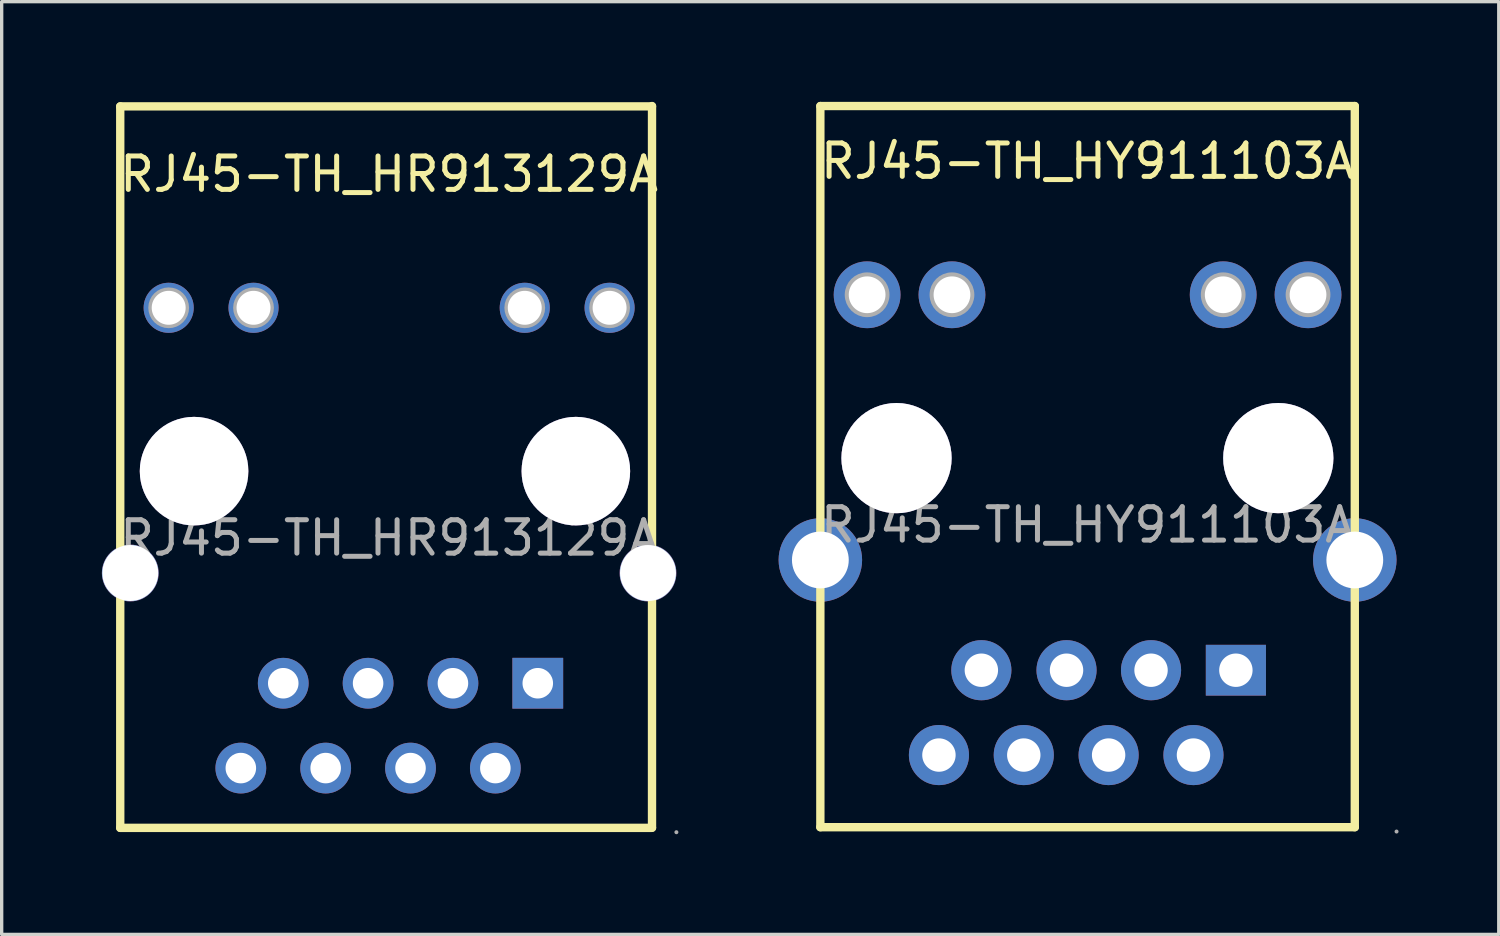
<source format=kicad_pcb>
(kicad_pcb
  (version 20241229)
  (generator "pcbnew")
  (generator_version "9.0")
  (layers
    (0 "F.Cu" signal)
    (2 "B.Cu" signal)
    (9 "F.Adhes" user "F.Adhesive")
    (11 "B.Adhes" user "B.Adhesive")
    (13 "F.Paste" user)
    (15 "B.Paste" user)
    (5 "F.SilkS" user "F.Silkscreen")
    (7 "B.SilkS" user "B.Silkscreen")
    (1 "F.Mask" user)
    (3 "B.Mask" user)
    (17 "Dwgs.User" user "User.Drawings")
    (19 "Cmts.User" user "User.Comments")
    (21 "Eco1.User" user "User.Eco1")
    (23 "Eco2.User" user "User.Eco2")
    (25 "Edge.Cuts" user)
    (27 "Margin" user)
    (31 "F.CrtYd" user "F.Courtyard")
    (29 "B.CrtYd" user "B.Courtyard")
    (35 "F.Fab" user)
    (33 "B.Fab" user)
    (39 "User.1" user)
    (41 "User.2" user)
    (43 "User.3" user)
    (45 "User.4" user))
  (footprint "RJ45-TH_HR913129A"
    (layer "F.Cu")
    (at 8.6 13.055)
    (property "Reference" "RJ45-TH_HR913129A" (at 0 -10.89 0) (layer "F.SilkS") (effects (font (size 1 1) (thickness 0.15))))
    (attr through_hole)
    (fp_line (start -8.05 -12.92) (end -8.05 8.68) (stroke (width 0.25) (type solid)) (layer "F.SilkS"))
    (fp_line (start -8.05 -12.92) (end 7.87 -12.92) (stroke (width 0.25) (type solid)) (layer "F.SilkS"))
    (fp_line (start -8.05 8.68) (end 7.87 8.68) (stroke (width 0.25) (type solid)) (layer "F.SilkS"))
    (fp_line (start 7.87 -12.93) (end 7.87 8.67) (stroke (width 0.25) (type solid)) (layer "F.SilkS"))
    (fp_circle (center -7.75 1.05) (end -7.38 1.05) (stroke (width 0.74) (type solid)) (fill no) (layer "F.Fab"))
    (fp_circle (center -6.6 -6.89) (end -6.4 -6.89) (stroke (width 0.41) (type solid)) (fill no) (layer "F.Fab"))
    (fp_circle (center -5.84 -2) (end -5.08 -2) (stroke (width 1.52) (type solid)) (fill no) (layer "F.Fab"))
    (fp_circle (center -4.44 6.89) (end -4.26 6.89) (stroke (width 0.36) (type solid)) (fill no) (layer "F.Fab"))
    (fp_circle (center -4.06 -6.89) (end -3.86 -6.89) (stroke (width 0.41) (type solid)) (fill no) (layer "F.Fab"))
    (fp_circle (center -3.17 4.35) (end -2.99 4.35) (stroke (width 0.36) (type solid)) (fill no) (layer "F.Fab"))
    (fp_circle (center -1.9 6.89) (end -1.72 6.89) (stroke (width 0.36) (type solid)) (fill no) (layer "F.Fab"))
    (fp_circle (center -0.63 4.35) (end -0.45 4.35) (stroke (width 0.36) (type solid)) (fill no) (layer "F.Fab"))
    (fp_circle (center 0.64 6.89) (end 0.82 6.89) (stroke (width 0.36) (type solid)) (fill no) (layer "F.Fab"))
    (fp_circle (center 1.91 4.35) (end 2.09 4.35) (stroke (width 0.36) (type solid)) (fill no) (layer "F.Fab"))
    (fp_circle (center 3.18 6.89) (end 3.36 6.89) (stroke (width 0.36) (type solid)) (fill no) (layer "F.Fab"))
    (fp_circle (center 4.06 -6.89) (end 4.26 -6.89) (stroke (width 0.41) (type solid)) (fill no) (layer "F.Fab"))
    (fp_circle (center 4.45 4.35) (end 4.63 4.35) (stroke (width 0.36) (type solid)) (fill no) (layer "F.Fab"))
    (fp_circle (center 5.59 -2) (end 6.35 -2) (stroke (width 1.52) (type solid)) (fill no) (layer "F.Fab"))
    (fp_circle (center 6.6 -6.89) (end 6.8 -6.89) (stroke (width 0.41) (type solid)) (fill no) (layer "F.Fab"))
    (fp_circle (center 7.75 1.05) (end 8.12 1.05) (stroke (width 0.74) (type solid)) (fill no) (layer "F.Fab"))
    (fp_circle (center 8.6 8.81) (end 8.63 8.81) (stroke (width 0.06) (type solid)) (fill no) (layer "F.Fab"))
    (fp_text user "${REFERENCE}" (at 0 0 0) (layer "F.Fab") (effects (font (size 1 1) (thickness 0.15))))
    (pad "" thru_hole circle (at -5.84 -2) (size 3.25 3.25) (drill 3.25) (layers "*.Cu" "*.Mask"))
    (pad "" thru_hole circle (at 5.59 -2) (size 3.25 3.25) (drill 3.25) (layers "*.Cu" "*.Mask"))
    (pad "1" thru_hole rect (at 4.45 4.35 90) (size 1.52 1.52) (drill 0.914) (layers "*.Cu" "*.Paste" "*.Mask"))
    (pad "2" thru_hole circle (at 3.18 6.89 90) (size 1.52 1.52) (drill 0.914) (layers "*.Cu" "*.Paste" "*.Mask"))
    (pad "3" thru_hole circle (at 1.91 4.35 90) (size 1.52 1.52) (drill 0.914) (layers "*.Cu" "*.Paste" "*.Mask"))
    (pad "4" thru_hole circle (at 0.64 6.89 90) (size 1.52 1.52) (drill 0.914) (layers "*.Cu" "*.Paste" "*.Mask"))
    (pad "5" thru_hole circle (at -0.63 4.35 90) (size 1.52 1.52) (drill 0.914) (layers "*.Cu" "*.Paste" "*.Mask"))
    (pad "6" thru_hole circle (at -1.9 6.89 90) (size 1.52 1.52) (drill 0.914) (layers "*.Cu" "*.Paste" "*.Mask"))
    (pad "7" thru_hole circle (at -3.17 4.35 90) (size 1.52 1.52) (drill 0.914) (layers "*.Cu" "*.Paste" "*.Mask"))
    (pad "8" thru_hole circle (at -4.44 6.89 90) (size 1.52 1.52) (drill 0.914) (layers "*.Cu" "*.Paste" "*.Mask"))
    (pad "9" thru_hole circle (at 6.6 -6.89 90) (size 1.5 1.5) (drill 1.016) (layers "*.Cu" "*.Paste" "*.Mask"))
    (pad "10" thru_hole circle (at 4.06 -6.89 90) (size 1.5 1.5) (drill 1.016) (layers "*.Cu" "*.Paste" "*.Mask"))
    (pad "11" thru_hole circle (at -4.06 -6.89 90) (size 1.5 1.5) (drill 1.016) (layers "*.Cu" "*.Paste" "*.Mask"))
    (pad "12" thru_hole circle (at -6.6 -6.89 90) (size 1.5 1.5) (drill 1.016) (layers "*.Cu" "*.Paste" "*.Mask"))
    (pad "13" thru_hole circle (at 7.75 1.05 90) (size 1.7 1.7) (drill 1.676) (layers "*.Cu" "*.Paste" "*.Mask"))
    (pad "14" thru_hole circle (at -7.75 1.05 90) (size 1.7 1.7) (drill 1.676) (layers "*.Cu" "*.Paste" "*.Mask")))
  (footprint "RJ45-TH_HY911103A"
    (layer "F.Cu")
    (at 29.51 12.665)
    (property "Reference" "RJ45-TH_HY911103A" (at 0 -10.89 0) (layer "F.SilkS") (effects (font (size 1 1) (thickness 0.15))))
    (attr through_hole)
    (fp_line (start -8 -12.54) (end 8 -12.54) (stroke (width 0.25) (type solid)) (layer "F.SilkS"))
    (fp_line (start -8 9.05) (end -8 -12.54) (stroke (width 0.25) (type solid)) (layer "F.SilkS"))
    (fp_line (start 8 -12.54) (end 8 9.05) (stroke (width 0.25) (type solid)) (layer "F.SilkS"))
    (fp_line (start 8 9.05) (end -8 9.05) (stroke (width 0.25) (type solid)) (layer "F.SilkS"))
    (fp_circle (center -8 1.05) (end -7.62 1.05) (stroke (width 0.75) (type solid)) (fill no) (layer "F.Fab"))
    (fp_circle (center -6.6 -6.89) (end -6.38 -6.89) (stroke (width 0.45) (type solid)) (fill no) (layer "F.Fab"))
    (fp_circle (center -5.72 -2) (end -4.94 -2) (stroke (width 1.55) (type solid)) (fill no) (layer "F.Fab"))
    (fp_circle (center -4.45 6.89) (end -4.25 6.89) (stroke (width 0.4) (type solid)) (fill no) (layer "F.Fab"))
    (fp_circle (center -4.06 -6.89) (end -3.84 -6.89) (stroke (width 0.45) (type solid)) (fill no) (layer "F.Fab"))
    (fp_circle (center -3.18 4.35) (end -2.98 4.35) (stroke (width 0.4) (type solid)) (fill no) (layer "F.Fab"))
    (fp_circle (center -1.91 6.89) (end -1.71 6.89) (stroke (width 0.4) (type solid)) (fill no) (layer "F.Fab"))
    (fp_circle (center -0.63 4.35) (end -0.43 4.35) (stroke (width 0.4) (type solid)) (fill no) (layer "F.Fab"))
    (fp_circle (center 0.63 6.89) (end 0.83 6.89) (stroke (width 0.4) (type solid)) (fill no) (layer "F.Fab"))
    (fp_circle (center 1.9 4.35) (end 2.1 4.35) (stroke (width 0.4) (type solid)) (fill no) (layer "F.Fab"))
    (fp_circle (center 3.17 6.89) (end 3.37 6.89) (stroke (width 0.4) (type solid)) (fill no) (layer "F.Fab"))
    (fp_circle (center 4.06 -6.89) (end 4.28 -6.89) (stroke (width 0.45) (type solid)) (fill no) (layer "F.Fab"))
    (fp_circle (center 4.44 4.35) (end 4.64 4.35) (stroke (width 0.4) (type solid)) (fill no) (layer "F.Fab"))
    (fp_circle (center 5.71 -2) (end 6.49 -2) (stroke (width 1.55) (type solid)) (fill no) (layer "F.Fab"))
    (fp_circle (center 6.6 -6.89) (end 6.82 -6.89) (stroke (width 0.45) (type solid)) (fill no) (layer "F.Fab"))
    (fp_circle (center 8 1.05) (end 8.38 1.05) (stroke (width 0.75) (type solid)) (fill no) (layer "F.Fab"))
    (fp_circle (center 9.25 9.18) (end 9.28 9.18) (stroke (width 0.06) (type solid)) (fill no) (layer "F.Fab"))
    (fp_text user "${REFERENCE}" (at 0 0 0) (layer "F.Fab") (effects (font (size 1 1) (thickness 0.15))))
    (pad "" thru_hole circle (at -5.72 -2) (size 3.3 3.3) (drill 3.3) (layers "*.Cu" "*.Mask"))
    (pad "" thru_hole circle (at 5.71 -2) (size 3.3 3.3) (drill 3.3) (layers "*.Cu" "*.Mask"))
    (pad "1" thru_hole rect (at 4.44 4.35 180) (size 1.8 1.52) (drill 1) (layers "*.Cu" "*.Paste" "*.Mask"))
    (pad "2" thru_hole circle (at 3.17 6.89 180) (size 1.8 1.8) (drill 1) (layers "*.Cu" "*.Paste" "*.Mask"))
    (pad "3" thru_hole circle (at 1.9 4.35 180) (size 1.8 1.8) (drill 1) (layers "*.Cu" "*.Paste" "*.Mask"))
    (pad "4" thru_hole circle (at 0.63 6.89 180) (size 1.8 1.8) (drill 1) (layers "*.Cu" "*.Paste" "*.Mask"))
    (pad "5" thru_hole circle (at -0.63 4.35 180) (size 1.8 1.8) (drill 1) (layers "*.Cu" "*.Paste" "*.Mask"))
    (pad "6" thru_hole circle (at -1.91 6.89 180) (size 1.8 1.8) (drill 1) (layers "*.Cu" "*.Paste" "*.Mask"))
    (pad "7" thru_hole circle (at -3.18 4.35 180) (size 1.8 1.8) (drill 1) (layers "*.Cu" "*.Paste" "*.Mask"))
    (pad "8" thru_hole circle (at -4.45 6.89 180) (size 1.8 1.8) (drill 1) (layers "*.Cu" "*.Paste" "*.Mask"))
    (pad "9" thru_hole circle (at 6.6 -6.89 180) (size 2 2) (drill 1.1) (layers "*.Cu" "*.Paste" "*.Mask"))
    (pad "10" thru_hole circle (at 4.06 -6.89 180) (size 2 2) (drill 1.1) (layers "*.Cu" "*.Paste" "*.Mask"))
    (pad "11" thru_hole circle (at -4.06 -6.89 180) (size 2 2) (drill 1.1) (layers "*.Cu" "*.Paste" "*.Mask"))
    (pad "12" thru_hole circle (at -6.6 -6.89 180) (size 2 2) (drill 1.1) (layers "*.Cu" "*.Paste" "*.Mask"))
    (pad "13" thru_hole circle (at 8 1.05 180) (size 2.5 2.5) (drill 1.7) (layers "*.Cu" "*.Paste" "*.Mask"))
    (pad "14" thru_hole circle (at -8 1.05 180) (size 2.5 2.5) (drill 1.7) (layers "*.Cu" "*.Paste" "*.Mask")))
  (gr_rect
    (start -3 -3)
    (end 41.82 24.925)
    (stroke (width 0.1) (type default))
    (fill no)
    (layer "Edge.Cuts")))
</source>
